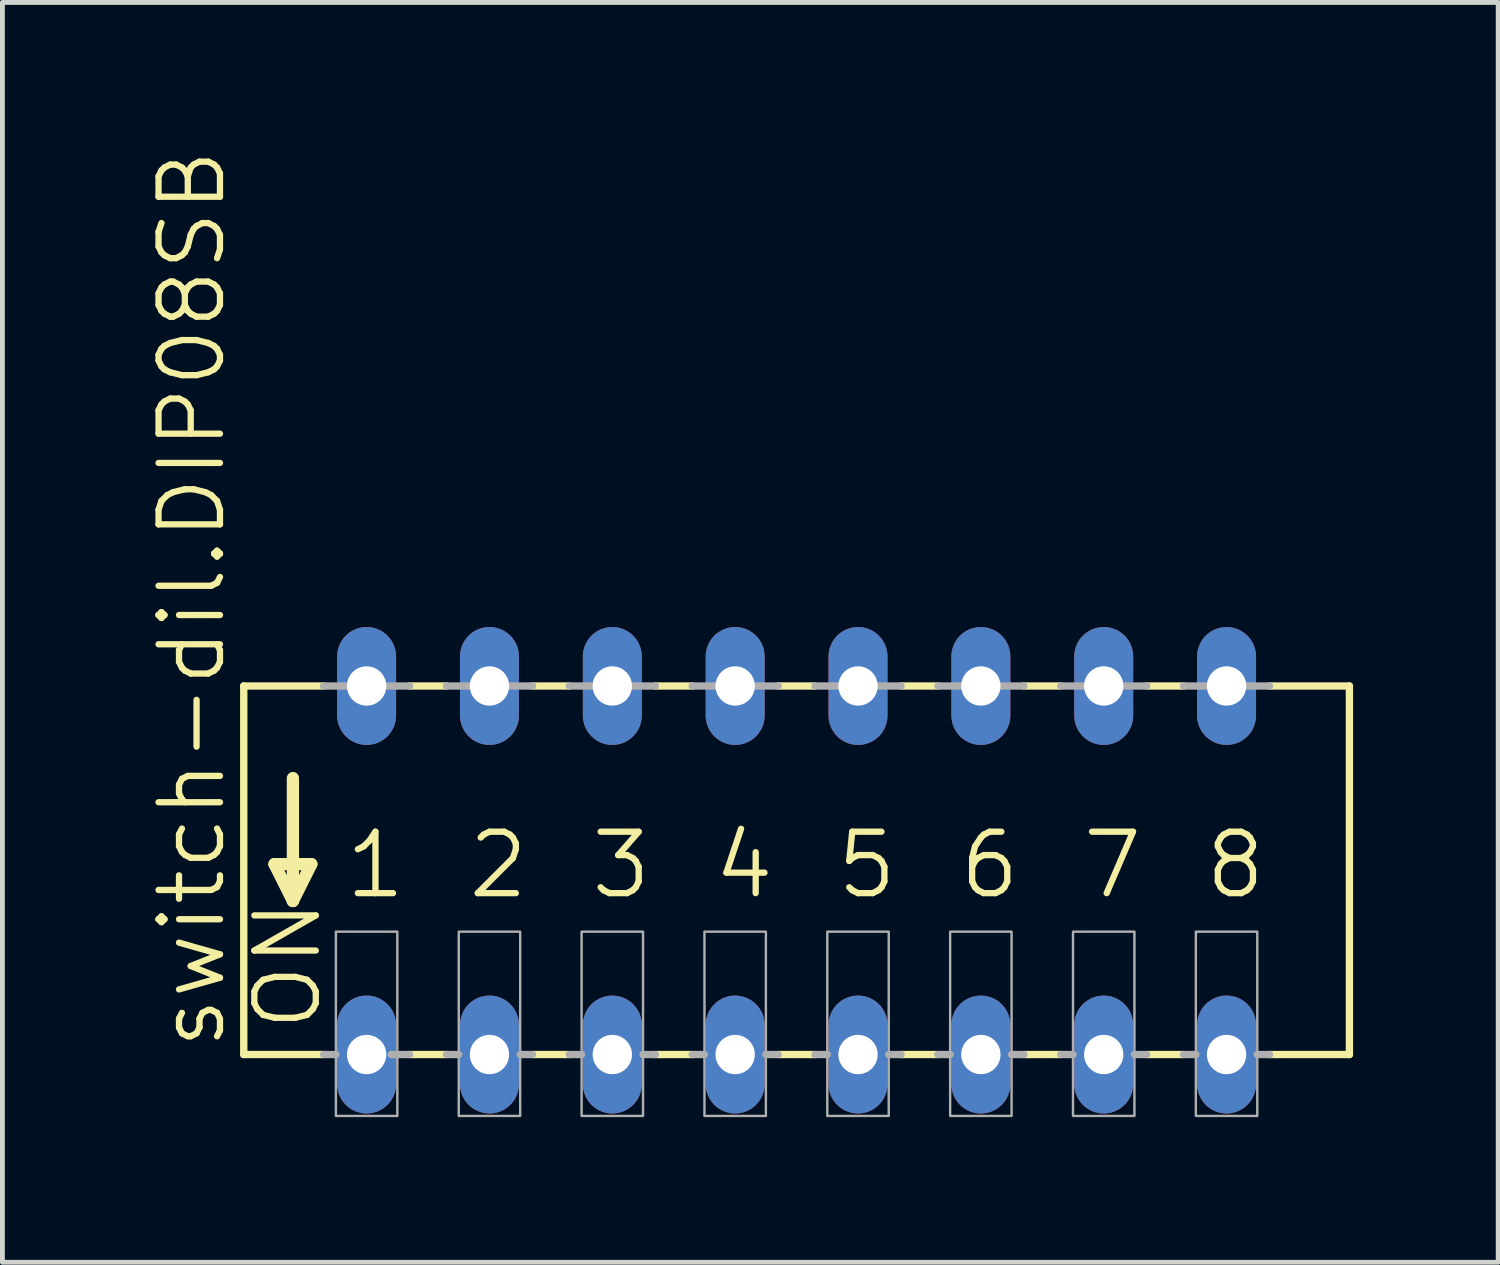
<source format=kicad_pcb>
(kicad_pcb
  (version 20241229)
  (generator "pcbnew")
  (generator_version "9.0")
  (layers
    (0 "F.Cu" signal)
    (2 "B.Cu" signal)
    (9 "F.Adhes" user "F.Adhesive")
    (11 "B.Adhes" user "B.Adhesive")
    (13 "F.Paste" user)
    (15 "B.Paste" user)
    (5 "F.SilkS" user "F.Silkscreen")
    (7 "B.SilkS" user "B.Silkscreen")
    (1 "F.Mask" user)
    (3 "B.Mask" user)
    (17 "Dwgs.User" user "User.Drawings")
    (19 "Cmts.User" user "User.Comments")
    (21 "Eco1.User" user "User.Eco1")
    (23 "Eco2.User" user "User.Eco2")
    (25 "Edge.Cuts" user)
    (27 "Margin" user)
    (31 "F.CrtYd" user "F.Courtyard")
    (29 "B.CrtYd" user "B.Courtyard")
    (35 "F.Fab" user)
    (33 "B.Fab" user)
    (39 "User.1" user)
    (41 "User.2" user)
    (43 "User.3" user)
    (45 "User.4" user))
  (footprint "switch-dil.DIP08SB"
    (layer "F.Cu")
    (at 13.42 14.943)
    (property "Reference" "switch-dil.DIP08SB" (at -11.76 3.759 90) (layer "F.SilkS") (effects (font (size 1.27 1.27) (thickness 0.13)) (justify left bottom)))
    (attr through_hole)
    (fp_line (start -11.43 -3.81) (end -11.43 3.81) (stroke (width 0.152) (type default)) (layer "F.SilkS"))
    (fp_line (start -11.43 -3.81) (end -9.779 -3.81) (stroke (width 0.152) (type default)) (layer "F.SilkS"))
    (fp_line (start -11.43 3.81) (end -9.779 3.81) (stroke (width 0.152) (type default)) (layer "F.SilkS"))
    (fp_line (start -10.795 -0.127) (end -10.414 0.635) (stroke (width 0.254) (type default)) (layer "F.SilkS"))
    (fp_line (start -10.414 -1.905) (end -10.414 0.635) (stroke (width 0.254) (type default)) (layer "F.SilkS"))
    (fp_line (start -10.414 0.635) (end -10.033 -0.127) (stroke (width 0.254) (type default)) (layer "F.SilkS"))
    (fp_line (start -10.033 -0.127) (end -10.795 -0.127) (stroke (width 0.254) (type default)) (layer "F.SilkS"))
    (fp_line (start -8.001 3.81) (end -7.239 3.81) (stroke (width 0.152) (type default)) (layer "F.SilkS"))
    (fp_line (start -7.239 -3.81) (end -8.001 -3.81) (stroke (width 0.152) (type default)) (layer "F.SilkS"))
    (fp_line (start -5.461 3.81) (end -4.699 3.81) (stroke (width 0.152) (type default)) (layer "F.SilkS"))
    (fp_line (start -4.699 -3.81) (end -5.461 -3.81) (stroke (width 0.152) (type default)) (layer "F.SilkS"))
    (fp_line (start -2.921 3.81) (end -2.159 3.81) (stroke (width 0.152) (type default)) (layer "F.SilkS"))
    (fp_line (start -2.159 -3.81) (end -2.921 -3.81) (stroke (width 0.152) (type default)) (layer "F.SilkS"))
    (fp_line (start -0.381 3.81) (end 0.381 3.81) (stroke (width 0.152) (type default)) (layer "F.SilkS"))
    (fp_line (start 0.381 -3.81) (end -0.381 -3.81) (stroke (width 0.152) (type default)) (layer "F.SilkS"))
    (fp_line (start 2.159 3.81) (end 2.921 3.81) (stroke (width 0.152) (type default)) (layer "F.SilkS"))
    (fp_line (start 2.921 -3.81) (end 2.159 -3.81) (stroke (width 0.152) (type default)) (layer "F.SilkS"))
    (fp_line (start 4.699 3.81) (end 5.461 3.81) (stroke (width 0.152) (type default)) (layer "F.SilkS"))
    (fp_line (start 5.461 -3.81) (end 4.699 -3.81) (stroke (width 0.152) (type default)) (layer "F.SilkS"))
    (fp_line (start 7.239 3.81) (end 8.001 3.81) (stroke (width 0.152) (type default)) (layer "F.SilkS"))
    (fp_line (start 8.001 -3.81) (end 7.239 -3.81) (stroke (width 0.152) (type default)) (layer "F.SilkS"))
    (fp_line (start 11.43 -3.81) (end 9.779 -3.81) (stroke (width 0.152) (type default)) (layer "F.SilkS"))
    (fp_line (start 11.43 3.81) (end 9.779 3.81) (stroke (width 0.152) (type default)) (layer "F.SilkS"))
    (fp_line (start 11.43 3.81) (end 11.43 -3.81) (stroke (width 0.152) (type default)) (layer "F.SilkS"))
    (fp_line (start -9.779 3.81) (end -9.525 3.81) (stroke (width 0.152) (type default)) (layer "F.Fab"))
    (fp_line (start -8.382 3.81) (end -8.001 3.81) (stroke (width 0.152) (type default)) (layer "F.Fab"))
    (fp_line (start -8.001 -3.81) (end -9.779 -3.81) (stroke (width 0.152) (type default)) (layer "F.Fab"))
    (fp_line (start -7.239 3.81) (end -6.985 3.81) (stroke (width 0.152) (type default)) (layer "F.Fab"))
    (fp_line (start -5.715 3.81) (end -5.461 3.81) (stroke (width 0.152) (type default)) (layer "F.Fab"))
    (fp_line (start -5.461 -3.81) (end -7.239 -3.81) (stroke (width 0.152) (type default)) (layer "F.Fab"))
    (fp_line (start -4.699 3.81) (end -4.445 3.81) (stroke (width 0.152) (type default)) (layer "F.Fab"))
    (fp_line (start -3.175 3.81) (end -2.921 3.81) (stroke (width 0.152) (type default)) (layer "F.Fab"))
    (fp_line (start -2.921 -3.81) (end -4.699 -3.81) (stroke (width 0.152) (type default)) (layer "F.Fab"))
    (fp_line (start -2.159 3.81) (end -1.905 3.81) (stroke (width 0.152) (type default)) (layer "F.Fab"))
    (fp_line (start -0.635 3.81) (end -0.381 3.81) (stroke (width 0.152) (type default)) (layer "F.Fab"))
    (fp_line (start -0.381 -3.81) (end -2.159 -3.81) (stroke (width 0.152) (type default)) (layer "F.Fab"))
    (fp_line (start 0.381 3.81) (end 0.635 3.81) (stroke (width 0.152) (type default)) (layer "F.Fab"))
    (fp_line (start 1.905 3.81) (end 2.159 3.81) (stroke (width 0.152) (type default)) (layer "F.Fab"))
    (fp_line (start 2.159 -3.81) (end 0.381 -3.81) (stroke (width 0.152) (type default)) (layer "F.Fab"))
    (fp_line (start 2.921 3.81) (end 3.175 3.81) (stroke (width 0.152) (type default)) (layer "F.Fab"))
    (fp_line (start 4.445 3.81) (end 4.699 3.81) (stroke (width 0.152) (type default)) (layer "F.Fab"))
    (fp_line (start 4.699 -3.81) (end 2.921 -3.81) (stroke (width 0.152) (type default)) (layer "F.Fab"))
    (fp_line (start 5.461 3.81) (end 5.715 3.81) (stroke (width 0.152) (type default)) (layer "F.Fab"))
    (fp_line (start 6.985 3.81) (end 7.239 3.81) (stroke (width 0.152) (type default)) (layer "F.Fab"))
    (fp_line (start 7.239 -3.81) (end 5.461 -3.81) (stroke (width 0.152) (type default)) (layer "F.Fab"))
    (fp_line (start 8.001 3.81) (end 8.255 3.81) (stroke (width 0.152) (type default)) (layer "F.Fab"))
    (fp_line (start 9.525 3.81) (end 9.779 3.81) (stroke (width 0.152) (type default)) (layer "F.Fab"))
    (fp_line (start 9.779 -3.81) (end 8.001 -3.81) (stroke (width 0.152) (type default)) (layer "F.Fab"))
    (fp_rect (start -9.525 5.08) (end -8.255 1.27) (stroke (width 0.05) (type default)) (fill no) (layer "F.Fab"))
    (fp_rect (start -6.985 5.08) (end -5.715 1.27) (stroke (width 0.05) (type default)) (fill no) (layer "F.Fab"))
    (fp_rect (start -4.445 5.08) (end -3.175 1.27) (stroke (width 0.05) (type default)) (fill no) (layer "F.Fab"))
    (fp_rect (start -1.905 5.08) (end -0.635 1.27) (stroke (width 0.05) (type default)) (fill no) (layer "F.Fab"))
    (fp_rect (start 0.635 5.08) (end 1.905 1.27) (stroke (width 0.05) (type default)) (fill no) (layer "F.Fab"))
    (fp_rect (start 3.175 5.08) (end 4.445 1.27) (stroke (width 0.05) (type default)) (fill no) (layer "F.Fab"))
    (fp_rect (start 5.715 5.08) (end 6.985 1.27) (stroke (width 0.05) (type default)) (fill no) (layer "F.Fab"))
    (fp_rect (start 8.255 5.08) (end 9.525 1.27) (stroke (width 0.05) (type default)) (fill no) (layer "F.Fab"))
    (fp_text user "1" (at -9.398 0.635 0) (layer "F.SilkS") (effects (font (size 1.27 1.27) (thickness 0.13)) (justify left bottom)))
    (fp_text user "7" (at 5.842 0.635 0) (layer "F.SilkS") (effects (font (size 1.27 1.27) (thickness 0.13)) (justify left bottom)))
    (fp_text user "3" (at -4.318 0.635 0) (layer "F.SilkS") (effects (font (size 1.27 1.27) (thickness 0.13)) (justify left bottom)))
    (fp_text user "4" (at -1.778 0.635 0) (layer "F.SilkS") (effects (font (size 1.27 1.27) (thickness 0.13)) (justify left bottom)))
    (fp_text user "8" (at 8.382 0.635 0) (layer "F.SilkS") (effects (font (size 1.27 1.27) (thickness 0.13)) (justify left bottom)))
    (fp_text user "ON" (at -9.779 3.378 90) (layer "F.SilkS") (effects (font (size 1.27 1.27) (thickness 0.13)) (justify left bottom)))
    (fp_text user "6" (at 3.302 0.635 0) (layer "F.SilkS") (effects (font (size 1.27 1.27) (thickness 0.13)) (justify left bottom)))
    (fp_text user "2" (at -6.858 0.635 0) (layer "F.SilkS") (effects (font (size 1.27 1.27) (thickness 0.13)) (justify left bottom)))
    (fp_text user "5" (at 0.762 0.635 0) (layer "F.SilkS") (effects (font (size 1.27 1.27) (thickness 0.13)) (justify left bottom)))
    (pad "1" thru_hole oval (at -8.89 3.81 90) (size 2.438 1.219) (drill 0.813) (layers "*.Cu" "*.Mask"))
    (pad "2" thru_hole oval (at -6.35 3.81 90) (size 2.438 1.219) (drill 0.813) (layers "*.Cu" "*.Mask"))
    (pad "3" thru_hole oval (at -3.81 3.81 90) (size 2.438 1.219) (drill 0.813) (layers "*.Cu" "*.Mask"))
    (pad "4" thru_hole oval (at -1.27 3.81 90) (size 2.438 1.219) (drill 0.813) (layers "*.Cu" "*.Mask"))
    (pad "5" thru_hole oval (at 1.27 3.81 90) (size 2.438 1.219) (drill 0.813) (layers "*.Cu" "*.Mask"))
    (pad "6" thru_hole oval (at 3.81 3.81 90) (size 2.438 1.219) (drill 0.813) (layers "*.Cu" "*.Mask"))
    (pad "7" thru_hole oval (at 6.35 3.81 90) (size 2.438 1.219) (drill 0.813) (layers "*.Cu" "*.Mask"))
    (pad "8" thru_hole oval (at 8.89 3.81 90) (size 2.438 1.219) (drill 0.813) (layers "*.Cu" "*.Mask"))
    (pad "9" thru_hole oval (at 8.89 -3.81 90) (size 2.438 1.219) (drill 0.813) (layers "*.Cu" "*.Mask"))
    (pad "10" thru_hole oval (at 6.35 -3.81 90) (size 2.438 1.219) (drill 0.813) (layers "*.Cu" "*.Mask"))
    (pad "11" thru_hole oval (at 3.81 -3.81 90) (size 2.438 1.219) (drill 0.813) (layers "*.Cu" "*.Mask"))
    (pad "12" thru_hole oval (at 1.27 -3.81 90) (size 2.438 1.219) (drill 0.813) (layers "*.Cu" "*.Mask"))
    (pad "13" thru_hole oval (at -1.27 -3.81 90) (size 2.438 1.219) (drill 0.813) (layers "*.Cu" "*.Mask"))
    (pad "14" thru_hole oval (at -3.81 -3.81 90) (size 2.438 1.219) (drill 0.813) (layers "*.Cu" "*.Mask"))
    (pad "15" thru_hole oval (at -6.35 -3.81 90) (size 2.438 1.219) (drill 0.813) (layers "*.Cu" "*.Mask"))
    (pad "16" thru_hole oval (at -8.89 -3.81 90) (size 2.438 1.219) (drill 0.813) (layers "*.Cu" "*.Mask")))
  (gr_rect
    (start -3 -3)
    (end 27.926 23.048)
    (stroke (width 0.1) (type default))
    (fill no)
    (layer "Edge.Cuts")))
</source>
